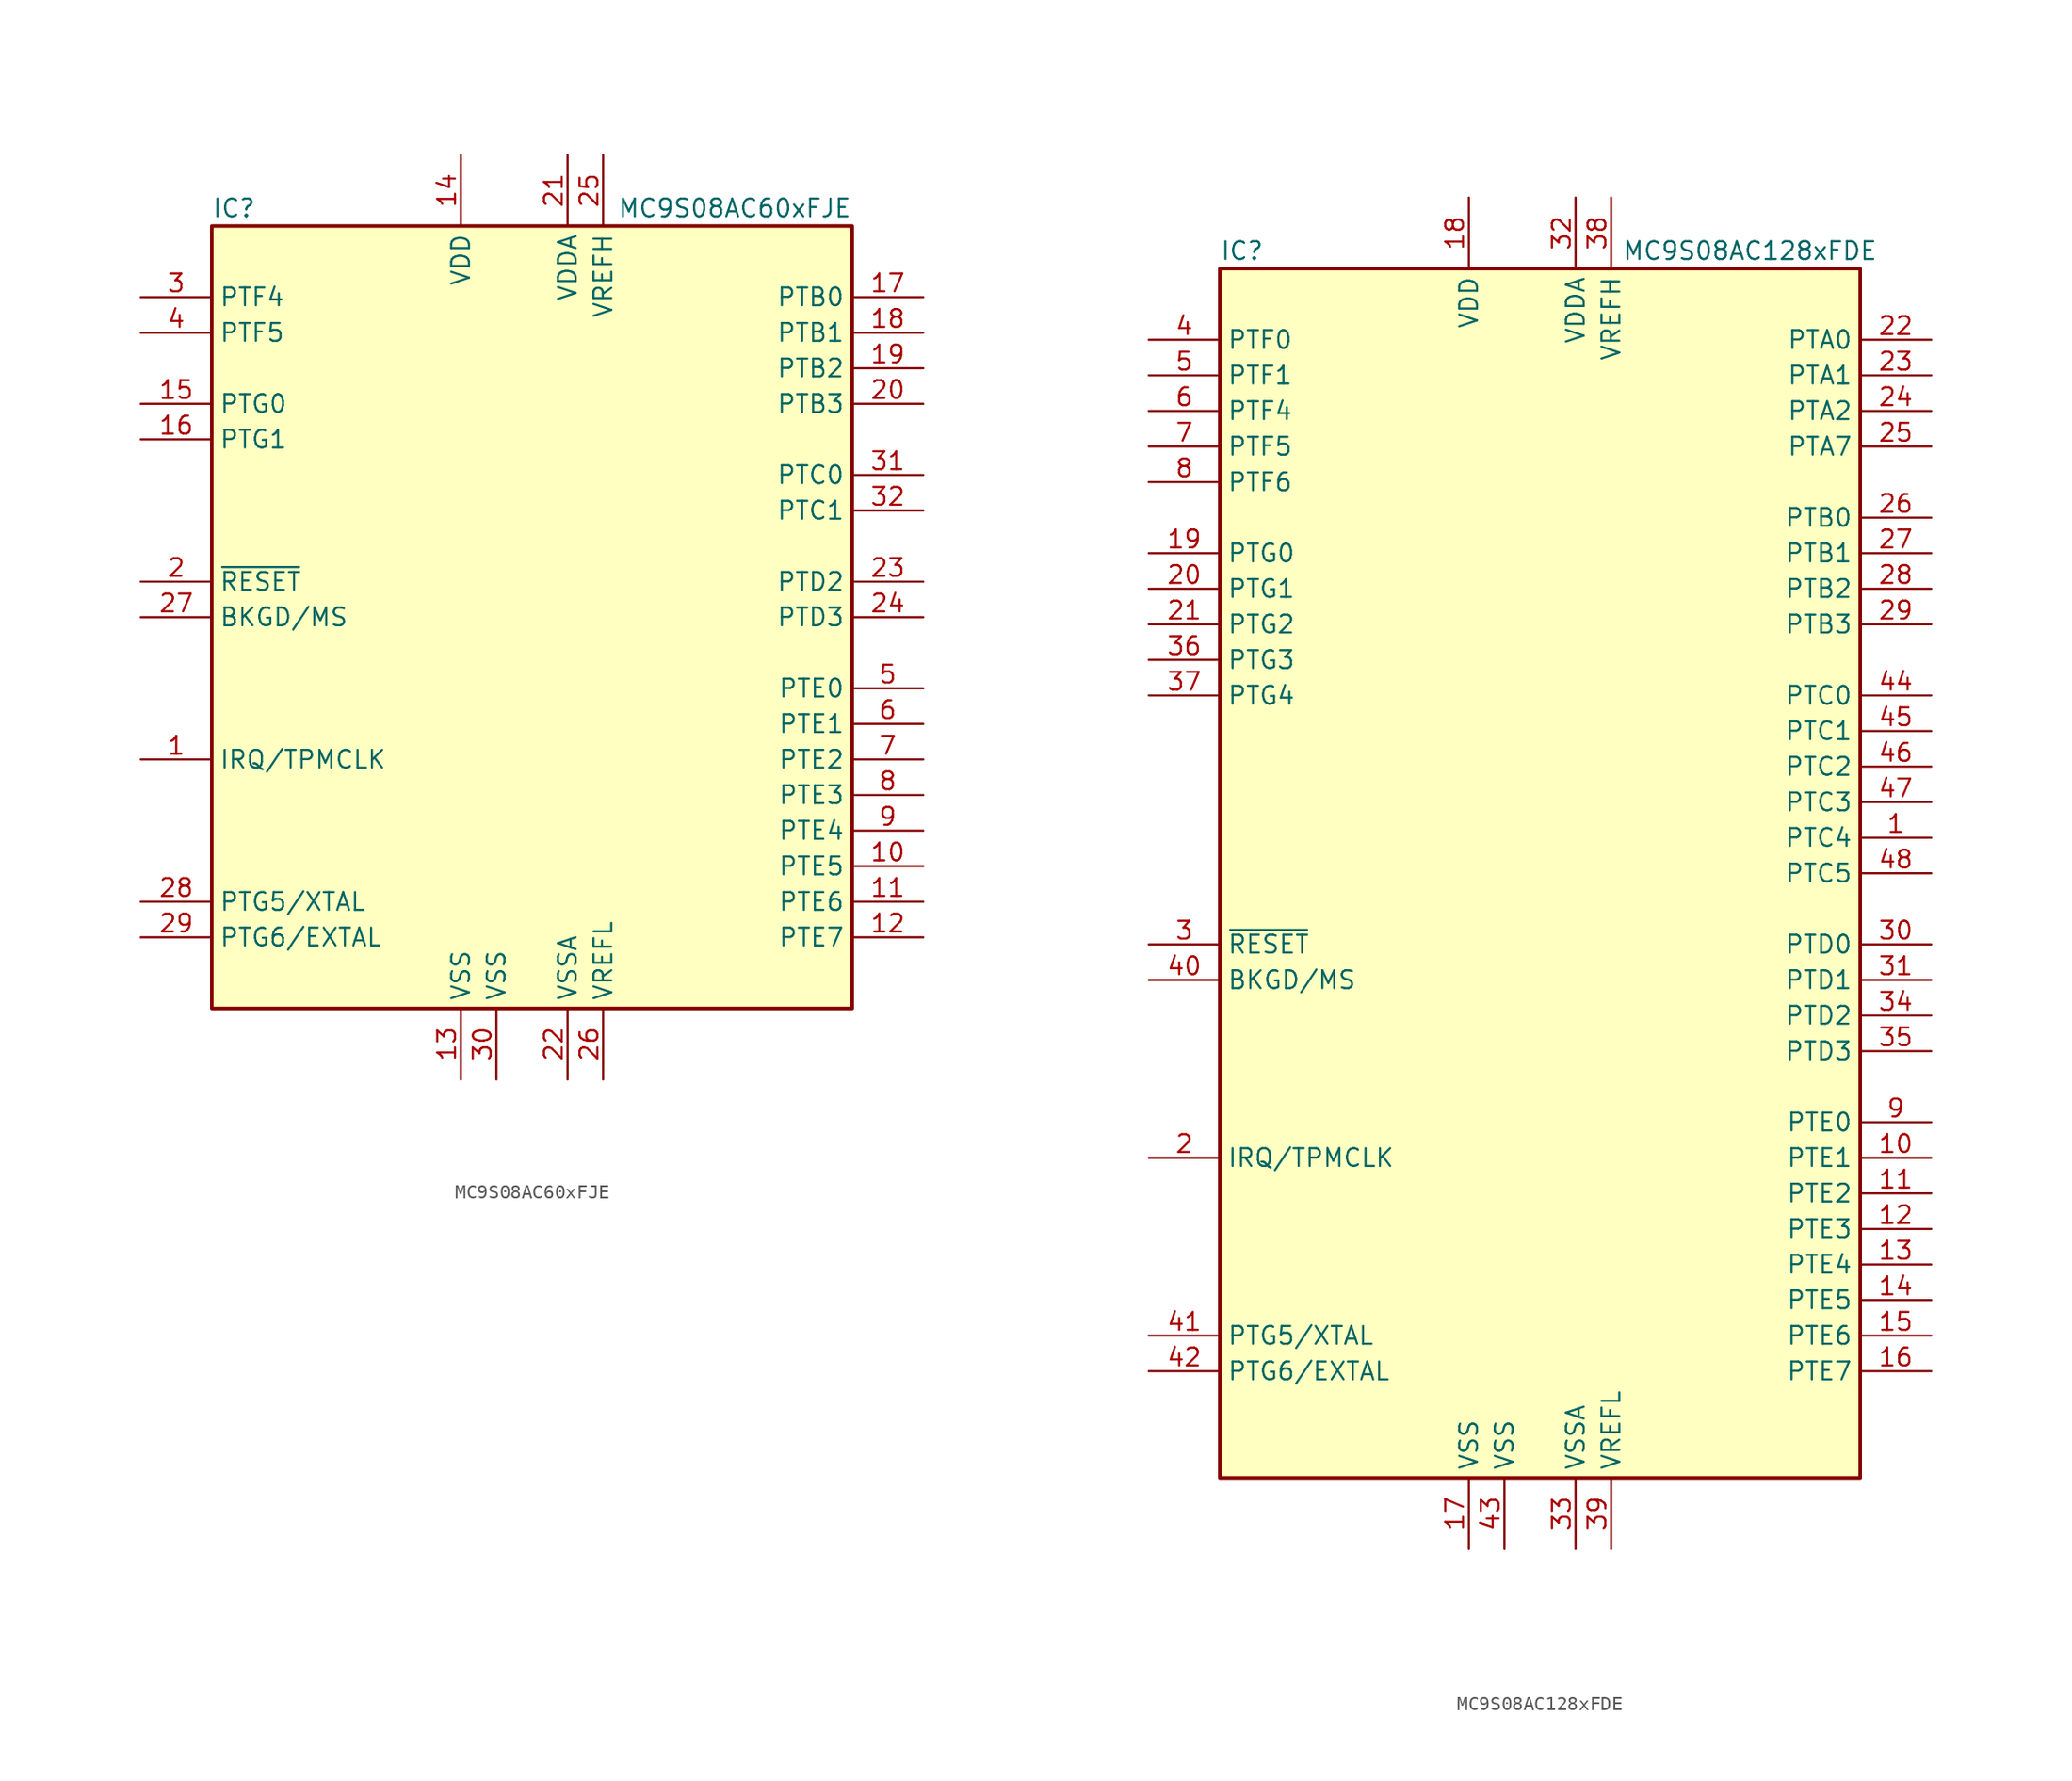
<source format=kicad_sym>
(kicad_symbol_lib
  (version 20241209)
  (generator "kicad_symbol_editor")
  (generator_version "9.0")
  (symbol "MC9S08AC60xFJE"
    (property "Reference" "IC"
      (at -22.86 29.21 0)
      (effects (font (size 1.27 1.27)) (justify left)))
    (property "Value" "MC9S08AC60xFJE"
      (at 22.86 29.21 0)
      (effects (font (size 1.27 1.27)) (justify right)))
    (symbol "MC9S08AC60xFJE_0_1"
      (rectangle (start -22.86 27.94) (end 22.86 -27.94) (stroke (width 0.254) (type default)) (fill (type background))))
    (symbol "MC9S08AC60xFJE_1_1"
      (pin bidirectional line (at -27.94 22.86 0) (length 5.08) (name "PTF4" (effects (font (size 1.27 1.27)))) (number "3" (effects (font (size 1.27 1.27)))))
      (pin bidirectional line (at -27.94 20.32 0) (length 5.08) (name "PTF5" (effects (font (size 1.27 1.27)))) (number "4" (effects (font (size 1.27 1.27)))))
      (pin bidirectional line (at -27.94 15.24 0) (length 5.08) (name "PTG0" (effects (font (size 1.27 1.27)))) (number "15" (effects (font (size 1.27 1.27)))))
      (pin bidirectional line (at -27.94 12.7 0) (length 5.08) (name "PTG1" (effects (font (size 1.27 1.27)))) (number "16" (effects (font (size 1.27 1.27)))))
      (pin input line (at -27.94 2.54 0) (length 5.08) (name "~{RESET}" (effects (font (size 1.27 1.27)))) (number "2" (effects (font (size 1.27 1.27)))))
      (pin bidirectional line (at -27.94 0 0) (length 5.08) (name "BKGD/MS" (effects (font (size 1.27 1.27)))) (number "27" (effects (font (size 1.27 1.27)))))
      (pin input line (at -27.94 -10.16 0) (length 5.08) (name "IRQ/TPMCLK" (effects (font (size 1.27 1.27)))) (number "1" (effects (font (size 1.27 1.27)))))
      (pin bidirectional line (at -27.94 -20.32 0) (length 5.08) (name "PTG5/XTAL" (effects (font (size 1.27 1.27)))) (number "28" (effects (font (size 1.27 1.27)))))
      (pin bidirectional line (at -27.94 -22.86 0) (length 5.08) (name "PTG6/EXTAL" (effects (font (size 1.27 1.27)))) (number "29" (effects (font (size 1.27 1.27)))))
      (pin power_in line (at -5.08 33.02 270) (length 5.08) (name "VDD" (effects (font (size 1.27 1.27)))) (number "14" (effects (font (size 1.27 1.27)))))
      (pin power_in line (at -5.08 -33.02 90) (length 5.08) (name "VSS" (effects (font (size 1.27 1.27)))) (number "13" (effects (font (size 1.27 1.27)))))
      (pin power_in line (at -2.54 -33.02 90) (length 5.08) (name "VSS" (effects (font (size 1.27 1.27)))) (number "30" (effects (font (size 1.27 1.27)))))
      (pin power_in line (at 2.54 33.02 270) (length 5.08) (name "VDDA" (effects (font (size 1.27 1.27)))) (number "21" (effects (font (size 1.27 1.27)))))
      (pin power_in line (at 2.54 -33.02 90) (length 5.08) (name "VSSA" (effects (font (size 1.27 1.27)))) (number "22" (effects (font (size 1.27 1.27)))))
      (pin power_in line (at 5.08 33.02 270) (length 5.08) (name "VREFH" (effects (font (size 1.27 1.27)))) (number "25" (effects (font (size 1.27 1.27)))))
      (pin power_in line (at 5.08 -33.02 90) (length 5.08) (name "VREFL" (effects (font (size 1.27 1.27)))) (number "26" (effects (font (size 1.27 1.27)))))
      (pin bidirectional line (at 27.94 22.86 180) (length 5.08) (name "PTB0" (effects (font (size 1.27 1.27)))) (number "17" (effects (font (size 1.27 1.27)))))
      (pin bidirectional line (at 27.94 20.32 180) (length 5.08) (name "PTB1" (effects (font (size 1.27 1.27)))) (number "18" (effects (font (size 1.27 1.27)))))
      (pin bidirectional line (at 27.94 17.78 180) (length 5.08) (name "PTB2" (effects (font (size 1.27 1.27)))) (number "19" (effects (font (size 1.27 1.27)))))
      (pin bidirectional line (at 27.94 15.24 180) (length 5.08) (name "PTB3" (effects (font (size 1.27 1.27)))) (number "20" (effects (font (size 1.27 1.27)))))
      (pin bidirectional line (at 27.94 10.16 180) (length 5.08) (name "PTC0" (effects (font (size 1.27 1.27)))) (number "31" (effects (font (size 1.27 1.27)))))
      (pin bidirectional line (at 27.94 7.62 180) (length 5.08) (name "PTC1" (effects (font (size 1.27 1.27)))) (number "32" (effects (font (size 1.27 1.27)))))
      (pin bidirectional line (at 27.94 2.54 180) (length 5.08) (name "PTD2" (effects (font (size 1.27 1.27)))) (number "23" (effects (font (size 1.27 1.27)))))
      (pin bidirectional line (at 27.94 0 180) (length 5.08) (name "PTD3" (effects (font (size 1.27 1.27)))) (number "24" (effects (font (size 1.27 1.27)))))
      (pin bidirectional line (at 27.94 -5.08 180) (length 5.08) (name "PTE0" (effects (font (size 1.27 1.27)))) (number "5" (effects (font (size 1.27 1.27)))))
      (pin bidirectional line (at 27.94 -7.62 180) (length 5.08) (name "PTE1" (effects (font (size 1.27 1.27)))) (number "6" (effects (font (size 1.27 1.27)))))
      (pin bidirectional line (at 27.94 -10.16 180) (length 5.08) (name "PTE2" (effects (font (size 1.27 1.27)))) (number "7" (effects (font (size 1.27 1.27)))))
      (pin bidirectional line (at 27.94 -12.7 180) (length 5.08) (name "PTE3" (effects (font (size 1.27 1.27)))) (number "8" (effects (font (size 1.27 1.27)))))
      (pin bidirectional line (at 27.94 -15.24 180) (length 5.08) (name "PTE4" (effects (font (size 1.27 1.27)))) (number "9" (effects (font (size 1.27 1.27)))))
      (pin bidirectional line (at 27.94 -17.78 180) (length 5.08) (name "PTE5" (effects (font (size 1.27 1.27)))) (number "10" (effects (font (size 1.27 1.27)))))
      (pin bidirectional line (at 27.94 -20.32 180) (length 5.08) (name "PTE6" (effects (font (size 1.27 1.27)))) (number "11" (effects (font (size 1.27 1.27)))))
      (pin bidirectional line (at 27.94 -22.86 180) (length 5.08) (name "PTE7" (effects (font (size 1.27 1.27)))) (number "12" (effects (font (size 1.27 1.27)))))))
  (symbol "MC9S08AC128xFDE"
    (property "Reference" "IC"
      (at -22.86 44.45 0)
      (effects (font (size 1.27 1.27)) (justify left)))
    (property "Value" "MC9S08AC128xFDE"
      (at 24.13 44.45 0)
      (effects (font (size 1.27 1.27)) (justify right)))
    (symbol "MC9S08AC128xFDE_0_1"
      (rectangle (start -22.86 43.18) (end 22.86 -43.18) (stroke (width 0.254) (type default)) (fill (type background))))
    (symbol "MC9S08AC128xFDE_1_1"
      (pin bidirectional line (at -27.94 38.1 0) (length 5.08) (name "PTF0" (effects (font (size 1.27 1.27)))) (number "4" (effects (font (size 1.27 1.27)))))
      (pin bidirectional line (at -27.94 35.56 0) (length 5.08) (name "PTF1" (effects (font (size 1.27 1.27)))) (number "5" (effects (font (size 1.27 1.27)))))
      (pin bidirectional line (at -27.94 33.02 0) (length 5.08) (name "PTF4" (effects (font (size 1.27 1.27)))) (number "6" (effects (font (size 1.27 1.27)))))
      (pin bidirectional line (at -27.94 30.48 0) (length 5.08) (name "PTF5" (effects (font (size 1.27 1.27)))) (number "7" (effects (font (size 1.27 1.27)))))
      (pin bidirectional line (at -27.94 27.94 0) (length 5.08) (name "PTF6" (effects (font (size 1.27 1.27)))) (number "8" (effects (font (size 1.27 1.27)))))
      (pin bidirectional line (at -27.94 22.86 0) (length 5.08) (name "PTG0" (effects (font (size 1.27 1.27)))) (number "19" (effects (font (size 1.27 1.27)))))
      (pin bidirectional line (at -27.94 20.32 0) (length 5.08) (name "PTG1" (effects (font (size 1.27 1.27)))) (number "20" (effects (font (size 1.27 1.27)))))
      (pin bidirectional line (at -27.94 17.78 0) (length 5.08) (name "PTG2" (effects (font (size 1.27 1.27)))) (number "21" (effects (font (size 1.27 1.27)))))
      (pin bidirectional line (at -27.94 15.24 0) (length 5.08) (name "PTG3" (effects (font (size 1.27 1.27)))) (number "36" (effects (font (size 1.27 1.27)))))
      (pin bidirectional line (at -27.94 12.7 0) (length 5.08) (name "PTG4" (effects (font (size 1.27 1.27)))) (number "37" (effects (font (size 1.27 1.27)))))
      (pin input line (at -27.94 -5.08 0) (length 5.08) (name "~{RESET}" (effects (font (size 1.27 1.27)))) (number "3" (effects (font (size 1.27 1.27)))))
      (pin bidirectional line (at -27.94 -7.62 0) (length 5.08) (name "BKGD/MS" (effects (font (size 1.27 1.27)))) (number "40" (effects (font (size 1.27 1.27)))))
      (pin input line (at -27.94 -20.32 0) (length 5.08) (name "IRQ/TPMCLK" (effects (font (size 1.27 1.27)))) (number "2" (effects (font (size 1.27 1.27)))))
      (pin bidirectional line (at -27.94 -33.02 0) (length 5.08) (name "PTG5/XTAL" (effects (font (size 1.27 1.27)))) (number "41" (effects (font (size 1.27 1.27)))))
      (pin bidirectional line (at -27.94 -35.56 0) (length 5.08) (name "PTG6/EXTAL" (effects (font (size 1.27 1.27)))) (number "42" (effects (font (size 1.27 1.27)))))
      (pin power_in line (at -5.08 48.26 270) (length 5.08) (name "VDD" (effects (font (size 1.27 1.27)))) (number "18" (effects (font (size 1.27 1.27)))))
      (pin power_in line (at -5.08 -48.26 90) (length 5.08) (name "VSS" (effects (font (size 1.27 1.27)))) (number "17" (effects (font (size 1.27 1.27)))))
      (pin power_in line (at -2.54 -48.26 90) (length 5.08) (name "VSS" (effects (font (size 1.27 1.27)))) (number "43" (effects (font (size 1.27 1.27)))))
      (pin power_in line (at 2.54 48.26 270) (length 5.08) (name "VDDA" (effects (font (size 1.27 1.27)))) (number "32" (effects (font (size 1.27 1.27)))))
      (pin power_in line (at 2.54 -48.26 90) (length 5.08) (name "VSSA" (effects (font (size 1.27 1.27)))) (number "33" (effects (font (size 1.27 1.27)))))
      (pin power_in line (at 5.08 48.26 270) (length 5.08) (name "VREFH" (effects (font (size 1.27 1.27)))) (number "38" (effects (font (size 1.27 1.27)))))
      (pin power_in line (at 5.08 -48.26 90) (length 5.08) (name "VREFL" (effects (font (size 1.27 1.27)))) (number "39" (effects (font (size 1.27 1.27)))))
      (pin bidirectional line (at 27.94 38.1 180) (length 5.08) (name "PTA0" (effects (font (size 1.27 1.27)))) (number "22" (effects (font (size 1.27 1.27)))))
      (pin bidirectional line (at 27.94 35.56 180) (length 5.08) (name "PTA1" (effects (font (size 1.27 1.27)))) (number "23" (effects (font (size 1.27 1.27)))))
      (pin bidirectional line (at 27.94 33.02 180) (length 5.08) (name "PTA2" (effects (font (size 1.27 1.27)))) (number "24" (effects (font (size 1.27 1.27)))))
      (pin bidirectional line (at 27.94 30.48 180) (length 5.08) (name "PTA7" (effects (font (size 1.27 1.27)))) (number "25" (effects (font (size 1.27 1.27)))))
      (pin bidirectional line (at 27.94 25.4 180) (length 5.08) (name "PTB0" (effects (font (size 1.27 1.27)))) (number "26" (effects (font (size 1.27 1.27)))))
      (pin bidirectional line (at 27.94 22.86 180) (length 5.08) (name "PTB1" (effects (font (size 1.27 1.27)))) (number "27" (effects (font (size 1.27 1.27)))))
      (pin bidirectional line (at 27.94 20.32 180) (length 5.08) (name "PTB2" (effects (font (size 1.27 1.27)))) (number "28" (effects (font (size 1.27 1.27)))))
      (pin bidirectional line (at 27.94 17.78 180) (length 5.08) (name "PTB3" (effects (font (size 1.27 1.27)))) (number "29" (effects (font (size 1.27 1.27)))))
      (pin bidirectional line (at 27.94 12.7 180) (length 5.08) (name "PTC0" (effects (font (size 1.27 1.27)))) (number "44" (effects (font (size 1.27 1.27)))))
      (pin bidirectional line (at 27.94 10.16 180) (length 5.08) (name "PTC1" (effects (font (size 1.27 1.27)))) (number "45" (effects (font (size 1.27 1.27)))))
      (pin bidirectional line (at 27.94 7.62 180) (length 5.08) (name "PTC2" (effects (font (size 1.27 1.27)))) (number "46" (effects (font (size 1.27 1.27)))))
      (pin bidirectional line (at 27.94 5.08 180) (length 5.08) (name "PTC3" (effects (font (size 1.27 1.27)))) (number "47" (effects (font (size 1.27 1.27)))))
      (pin bidirectional line (at 27.94 2.54 180) (length 5.08) (name "PTC4" (effects (font (size 1.27 1.27)))) (number "1" (effects (font (size 1.27 1.27)))))
      (pin bidirectional line (at 27.94 0 180) (length 5.08) (name "PTC5" (effects (font (size 1.27 1.27)))) (number "48" (effects (font (size 1.27 1.27)))))
      (pin bidirectional line (at 27.94 -5.08 180) (length 5.08) (name "PTD0" (effects (font (size 1.27 1.27)))) (number "30" (effects (font (size 1.27 1.27)))))
      (pin bidirectional line (at 27.94 -7.62 180) (length 5.08) (name "PTD1" (effects (font (size 1.27 1.27)))) (number "31" (effects (font (size 1.27 1.27)))))
      (pin bidirectional line (at 27.94 -10.16 180) (length 5.08) (name "PTD2" (effects (font (size 1.27 1.27)))) (number "34" (effects (font (size 1.27 1.27)))))
      (pin bidirectional line (at 27.94 -12.7 180) (length 5.08) (name "PTD3" (effects (font (size 1.27 1.27)))) (number "35" (effects (font (size 1.27 1.27)))))
      (pin bidirectional line (at 27.94 -17.78 180) (length 5.08) (name "PTE0" (effects (font (size 1.27 1.27)))) (number "9" (effects (font (size 1.27 1.27)))))
      (pin bidirectional line (at 27.94 -20.32 180) (length 5.08) (name "PTE1" (effects (font (size 1.27 1.27)))) (number "10" (effects (font (size 1.27 1.27)))))
      (pin bidirectional line (at 27.94 -22.86 180) (length 5.08) (name "PTE2" (effects (font (size 1.27 1.27)))) (number "11" (effects (font (size 1.27 1.27)))))
      (pin bidirectional line (at 27.94 -25.4 180) (length 5.08) (name "PTE3" (effects (font (size 1.27 1.27)))) (number "12" (effects (font (size 1.27 1.27)))))
      (pin bidirectional line (at 27.94 -27.94 180) (length 5.08) (name "PTE4" (effects (font (size 1.27 1.27)))) (number "13" (effects (font (size 1.27 1.27)))))
      (pin bidirectional line (at 27.94 -30.48 180) (length 5.08) (name "PTE5" (effects (font (size 1.27 1.27)))) (number "14" (effects (font (size 1.27 1.27)))))
      (pin bidirectional line (at 27.94 -33.02 180) (length 5.08) (name "PTE6" (effects (font (size 1.27 1.27)))) (number "15" (effects (font (size 1.27 1.27)))))
      (pin bidirectional line (at 27.94 -35.56 180) (length 5.08) (name "PTE7" (effects (font (size 1.27 1.27)))) (number "16" (effects (font (size 1.27 1.27))))))))
</source>
